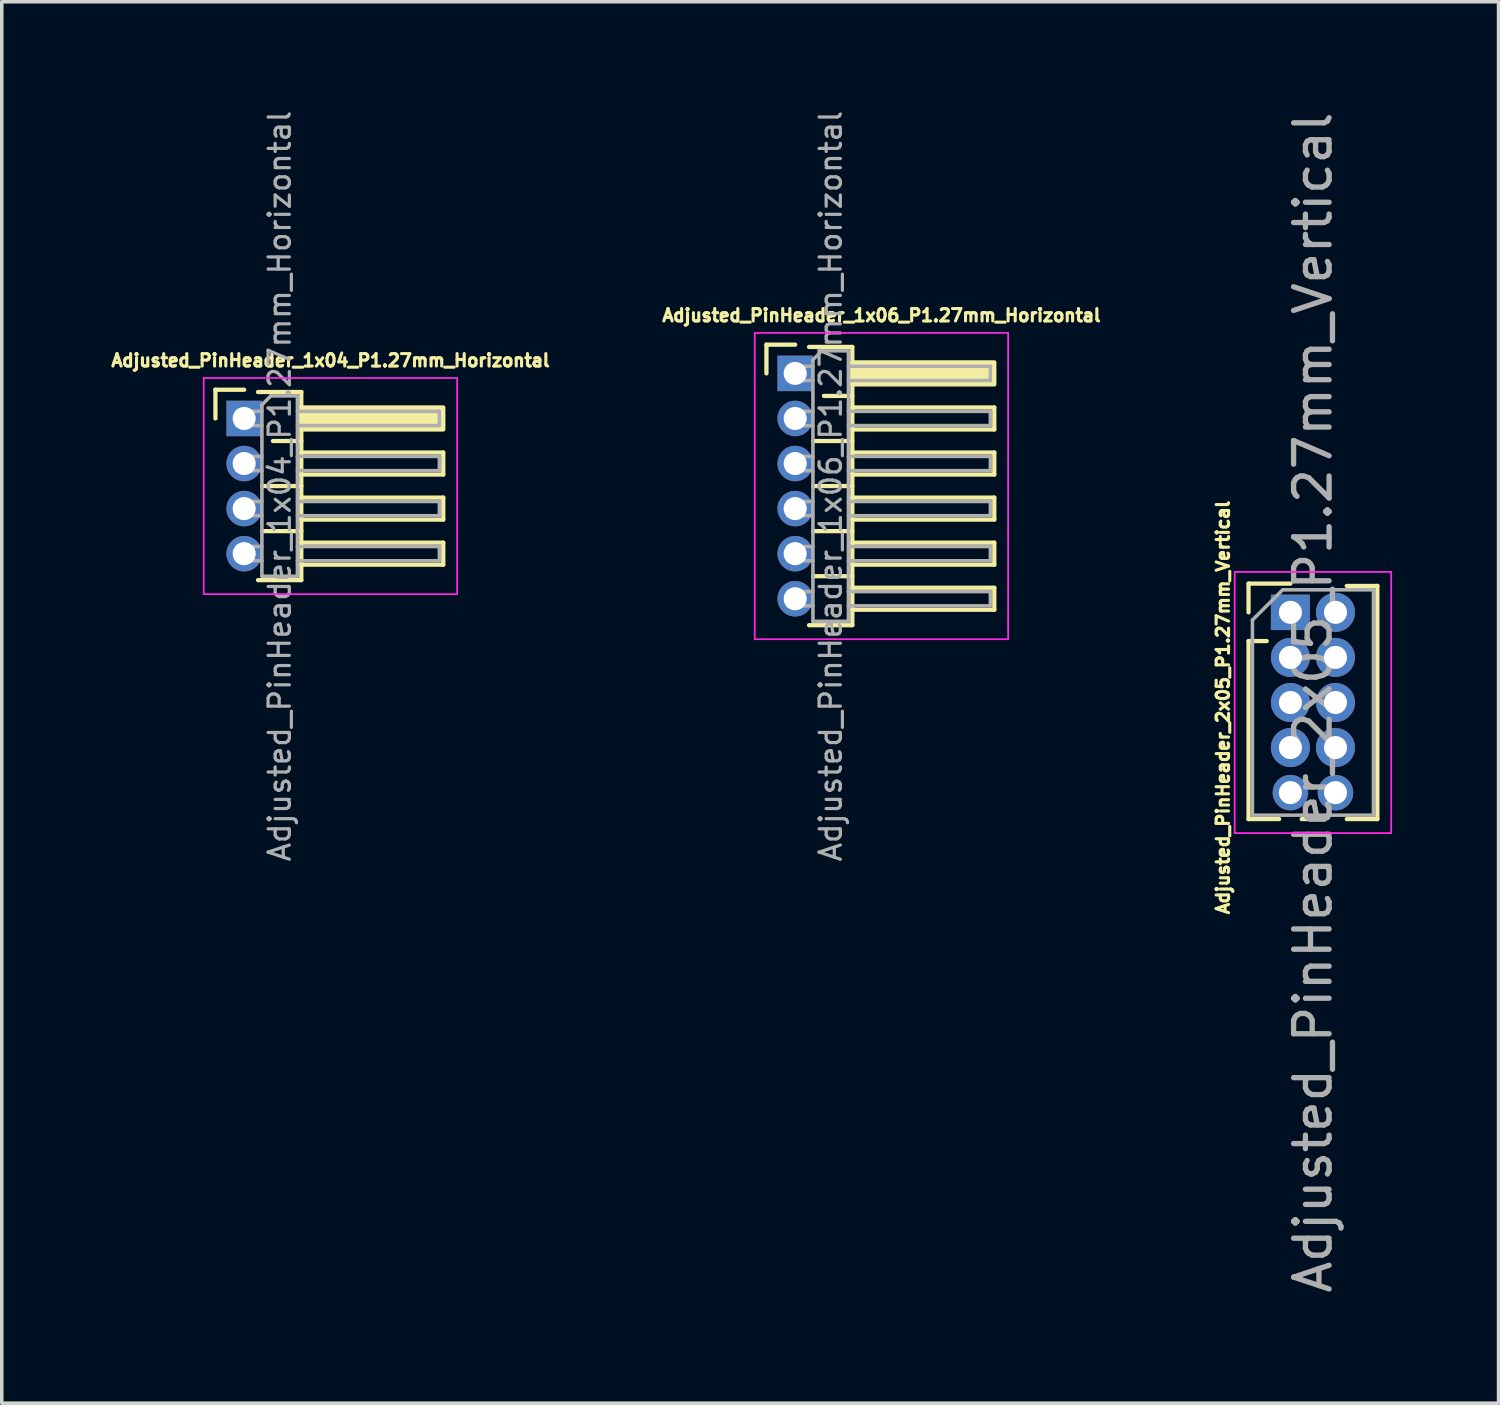
<source format=kicad_pcb>
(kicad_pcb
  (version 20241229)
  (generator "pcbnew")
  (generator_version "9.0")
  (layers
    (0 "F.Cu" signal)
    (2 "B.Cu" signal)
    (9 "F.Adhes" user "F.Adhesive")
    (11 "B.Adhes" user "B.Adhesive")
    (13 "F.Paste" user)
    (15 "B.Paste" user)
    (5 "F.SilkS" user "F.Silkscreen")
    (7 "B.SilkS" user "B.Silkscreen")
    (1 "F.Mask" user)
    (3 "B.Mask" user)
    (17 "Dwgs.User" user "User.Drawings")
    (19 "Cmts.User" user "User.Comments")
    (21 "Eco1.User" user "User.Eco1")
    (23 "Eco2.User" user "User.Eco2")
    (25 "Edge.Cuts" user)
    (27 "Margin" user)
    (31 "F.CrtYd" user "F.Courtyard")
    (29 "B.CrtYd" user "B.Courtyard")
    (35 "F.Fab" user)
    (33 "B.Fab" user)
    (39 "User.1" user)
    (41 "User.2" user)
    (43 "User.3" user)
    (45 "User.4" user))
  (footprint "Adjusted_PinHeader_1x04_P1.27mm_Horizontal"
    (layer "F.Cu")
    (at 3.83 8.741)
    (property "Reference" "Adjusted_PinHeader_1x04_P1.27mm_Horizontal" (at 2.433 -1.635 0) (layer "F.SilkS") (effects (font (size 0.35 0.35) (thickness 1))))
    (attr through_hole)
    (fp_line (start -0.81 -0.81) (end 0 -0.81) (stroke (width 0.12) (type solid)) (layer "F.SilkS"))
    (fp_line (start -0.81 0) (end -0.81 -0.81) (stroke (width 0.12) (type solid)) (layer "F.SilkS"))
    (fp_line (start 0.39 -0.745) (end 1.61 -0.745) (stroke (width 0.12) (type solid)) (layer "F.SilkS"))
    (fp_line (start 0.503 1.905) (end 1.61 1.905) (stroke (width 0.12) (type solid)) (layer "F.SilkS"))
    (fp_line (start 0.503 3.175) (end 1.61 3.175) (stroke (width 0.12) (type solid)) (layer "F.SilkS"))
    (fp_line (start 0.81 0.635) (end 1.61 0.635) (stroke (width 0.12) (type solid)) (layer "F.SilkS"))
    (fp_line (start 1.61 -0.745) (end 1.61 4.555) (stroke (width 0.12) (type solid)) (layer "F.SilkS"))
    (fp_line (start 1.61 0.96) (end 5.61 0.96) (stroke (width 0.12) (type solid)) (layer "F.SilkS"))
    (fp_line (start 1.61 2.23) (end 5.61 2.23) (stroke (width 0.12) (type solid)) (layer "F.SilkS"))
    (fp_line (start 1.61 3.5) (end 5.61 3.5) (stroke (width 0.12) (type solid)) (layer "F.SilkS"))
    (fp_line (start 1.61 4.555) (end 0.39 4.555) (stroke (width 0.12) (type solid)) (layer "F.SilkS"))
    (fp_line (start 5.61 0.96) (end 5.61 1.58) (stroke (width 0.12) (type solid)) (layer "F.SilkS"))
    (fp_line (start 5.61 1.58) (end 1.61 1.58) (stroke (width 0.12) (type solid)) (layer "F.SilkS"))
    (fp_line (start 5.61 2.23) (end 5.61 2.85) (stroke (width 0.12) (type solid)) (layer "F.SilkS"))
    (fp_line (start 5.61 2.85) (end 1.61 2.85) (stroke (width 0.12) (type solid)) (layer "F.SilkS"))
    (fp_line (start 5.61 3.5) (end 5.61 4.12) (stroke (width 0.12) (type solid)) (layer "F.SilkS"))
    (fp_line (start 5.61 4.12) (end 1.61 4.12) (stroke (width 0.12) (type solid)) (layer "F.SilkS"))
    (fp_rect (start 1.61 -0.31) (end 5.61 0.31) (stroke (width 0.12) (type solid)) (fill yes) (layer "F.SilkS"))
    (fp_line (start -1.14 -1.14) (end -1.14 4.95) (stroke (width 0.05) (type solid)) (layer "F.CrtYd"))
    (fp_line (start -1.14 4.95) (end 6 4.95) (stroke (width 0.05) (type solid)) (layer "F.CrtYd"))
    (fp_line (start 6 -1.14) (end -1.14 -1.14) (stroke (width 0.05) (type solid)) (layer "F.CrtYd"))
    (fp_line (start 6 4.95) (end 6 -1.14) (stroke (width 0.05) (type solid)) (layer "F.CrtYd"))
    (fp_line (start -0.2 -0.2) (end -0.2 0.2) (stroke (width 0.1) (type solid)) (layer "F.Fab"))
    (fp_line (start -0.2 -0.2) (end 0.5 -0.2) (stroke (width 0.1) (type solid)) (layer "F.Fab"))
    (fp_line (start -0.2 0.2) (end 0.5 0.2) (stroke (width 0.1) (type solid)) (layer "F.Fab"))
    (fp_line (start -0.2 1.07) (end -0.2 1.47) (stroke (width 0.1) (type solid)) (layer "F.Fab"))
    (fp_line (start -0.2 1.07) (end 0.5 1.07) (stroke (width 0.1) (type solid)) (layer "F.Fab"))
    (fp_line (start -0.2 1.47) (end 0.5 1.47) (stroke (width 0.1) (type solid)) (layer "F.Fab"))
    (fp_line (start -0.2 2.34) (end -0.2 2.74) (stroke (width 0.1) (type solid)) (layer "F.Fab"))
    (fp_line (start -0.2 2.34) (end 0.5 2.34) (stroke (width 0.1) (type solid)) (layer "F.Fab"))
    (fp_line (start -0.2 2.74) (end 0.5 2.74) (stroke (width 0.1) (type solid)) (layer "F.Fab"))
    (fp_line (start -0.2 3.61) (end -0.2 4.01) (stroke (width 0.1) (type solid)) (layer "F.Fab"))
    (fp_line (start -0.2 3.61) (end 0.5 3.61) (stroke (width 0.1) (type solid)) (layer "F.Fab"))
    (fp_line (start -0.2 4.01) (end 0.5 4.01) (stroke (width 0.1) (type solid)) (layer "F.Fab"))
    (fp_line (start 0.5 -0.385) (end 0.75 -0.635) (stroke (width 0.1) (type solid)) (layer "F.Fab"))
    (fp_line (start 0.5 4.445) (end 0.5 -0.385) (stroke (width 0.1) (type solid)) (layer "F.Fab"))
    (fp_line (start 0.75 -0.635) (end 1.5 -0.635) (stroke (width 0.1) (type solid)) (layer "F.Fab"))
    (fp_line (start 1.5 -0.635) (end 1.5 4.445) (stroke (width 0.1) (type solid)) (layer "F.Fab"))
    (fp_line (start 1.5 -0.2) (end 5.5 -0.2) (stroke (width 0.1) (type solid)) (layer "F.Fab"))
    (fp_line (start 1.5 0.2) (end 5.5 0.2) (stroke (width 0.1) (type solid)) (layer "F.Fab"))
    (fp_line (start 1.5 1.07) (end 5.5 1.07) (stroke (width 0.1) (type solid)) (layer "F.Fab"))
    (fp_line (start 1.5 1.47) (end 5.5 1.47) (stroke (width 0.1) (type solid)) (layer "F.Fab"))
    (fp_line (start 1.5 2.34) (end 5.5 2.34) (stroke (width 0.1) (type solid)) (layer "F.Fab"))
    (fp_line (start 1.5 2.74) (end 5.5 2.74) (stroke (width 0.1) (type solid)) (layer "F.Fab"))
    (fp_line (start 1.5 3.61) (end 5.5 3.61) (stroke (width 0.1) (type solid)) (layer "F.Fab"))
    (fp_line (start 1.5 4.01) (end 5.5 4.01) (stroke (width 0.1) (type solid)) (layer "F.Fab"))
    (fp_line (start 1.5 4.445) (end 0.5 4.445) (stroke (width 0.1) (type solid)) (layer "F.Fab"))
    (fp_line (start 5.5 -0.2) (end 5.5 0.2) (stroke (width 0.1) (type solid)) (layer "F.Fab"))
    (fp_line (start 5.5 1.07) (end 5.5 1.47) (stroke (width 0.1) (type solid)) (layer "F.Fab"))
    (fp_line (start 5.5 2.34) (end 5.5 2.74) (stroke (width 0.1) (type solid)) (layer "F.Fab"))
    (fp_line (start 5.5 3.61) (end 5.5 4.01) (stroke (width 0.1) (type solid)) (layer "F.Fab"))
    (fp_text user "${REFERENCE}" (at 1 1.905 90) (layer "F.Fab") (effects (font (size 0.6 0.6) (thickness 0.09))))
    (pad "1" thru_hole rect (at 0 0) (size 1 1) (drill 0.65) (layers "*.Cu" "*.Mask"))
    (pad "2" thru_hole circle (at 0 1.27) (size 1 1) (drill 0.65) (layers "*.Cu" "*.Mask"))
    (pad "3" thru_hole circle (at 0 2.54) (size 1 1) (drill 0.65) (layers "*.Cu" "*.Mask"))
    (pad "4" thru_hole circle (at 0 3.81) (size 1 1) (drill 0.65) (layers "*.Cu" "*.Mask")))
  (footprint "Adjusted_PinHeader_1x06_P1.27mm_Horizontal"
    (layer "F.Cu")
    (at 19.356 7.471)
    (property "Reference" "Adjusted_PinHeader_1x06_P1.27mm_Horizontal" (at 2.433 -1.635 180) (layer "F.SilkS") (effects (font (size 0.35 0.35) (thickness 1))))
    (attr through_hole)
    (fp_line (start -0.81 -0.81) (end 0 -0.81) (stroke (width 0.12) (type solid)) (layer "F.SilkS"))
    (fp_line (start -0.81 0) (end -0.81 -0.81) (stroke (width 0.12) (type solid)) (layer "F.SilkS"))
    (fp_line (start 0.39 -0.745) (end 1.61 -0.745) (stroke (width 0.12) (type solid)) (layer "F.SilkS"))
    (fp_line (start 0.503 1.905) (end 1.61 1.905) (stroke (width 0.12) (type solid)) (layer "F.SilkS"))
    (fp_line (start 0.503 3.175) (end 1.61 3.175) (stroke (width 0.12) (type solid)) (layer "F.SilkS"))
    (fp_line (start 0.503 4.445) (end 1.61 4.445) (stroke (width 0.12) (type solid)) (layer "F.SilkS"))
    (fp_line (start 0.503 5.715) (end 1.61 5.715) (stroke (width 0.12) (type solid)) (layer "F.SilkS"))
    (fp_line (start 0.81 0.635) (end 1.61 0.635) (stroke (width 0.12) (type solid)) (layer "F.SilkS"))
    (fp_line (start 1.61 -0.745) (end 1.61 7.095) (stroke (width 0.12) (type solid)) (layer "F.SilkS"))
    (fp_line (start 1.61 0.96) (end 5.61 0.96) (stroke (width 0.12) (type solid)) (layer "F.SilkS"))
    (fp_line (start 1.61 2.23) (end 5.61 2.23) (stroke (width 0.12) (type solid)) (layer "F.SilkS"))
    (fp_line (start 1.61 3.5) (end 5.61 3.5) (stroke (width 0.12) (type solid)) (layer "F.SilkS"))
    (fp_line (start 1.61 4.77) (end 5.61 4.77) (stroke (width 0.12) (type solid)) (layer "F.SilkS"))
    (fp_line (start 1.61 6.04) (end 5.61 6.04) (stroke (width 0.12) (type solid)) (layer "F.SilkS"))
    (fp_line (start 1.61 7.095) (end 0.39 7.095) (stroke (width 0.12) (type solid)) (layer "F.SilkS"))
    (fp_line (start 5.61 0.96) (end 5.61 1.58) (stroke (width 0.12) (type solid)) (layer "F.SilkS"))
    (fp_line (start 5.61 1.58) (end 1.61 1.58) (stroke (width 0.12) (type solid)) (layer "F.SilkS"))
    (fp_line (start 5.61 2.23) (end 5.61 2.85) (stroke (width 0.12) (type solid)) (layer "F.SilkS"))
    (fp_line (start 5.61 2.85) (end 1.61 2.85) (stroke (width 0.12) (type solid)) (layer "F.SilkS"))
    (fp_line (start 5.61 3.5) (end 5.61 4.12) (stroke (width 0.12) (type solid)) (layer "F.SilkS"))
    (fp_line (start 5.61 4.12) (end 1.61 4.12) (stroke (width 0.12) (type solid)) (layer "F.SilkS"))
    (fp_line (start 5.61 4.77) (end 5.61 5.39) (stroke (width 0.12) (type solid)) (layer "F.SilkS"))
    (fp_line (start 5.61 5.39) (end 1.61 5.39) (stroke (width 0.12) (type solid)) (layer "F.SilkS"))
    (fp_line (start 5.61 6.04) (end 5.61 6.66) (stroke (width 0.12) (type solid)) (layer "F.SilkS"))
    (fp_line (start 5.61 6.66) (end 1.61 6.66) (stroke (width 0.12) (type solid)) (layer "F.SilkS"))
    (fp_rect (start 1.61 -0.31) (end 5.61 0.31) (stroke (width 0.12) (type solid)) (fill yes) (layer "F.SilkS"))
    (fp_line (start -1.14 -1.14) (end -1.14 7.49) (stroke (width 0.05) (type solid)) (layer "F.CrtYd"))
    (fp_line (start -1.14 7.49) (end 6 7.49) (stroke (width 0.05) (type solid)) (layer "F.CrtYd"))
    (fp_line (start 6 -1.14) (end -1.14 -1.14) (stroke (width 0.05) (type solid)) (layer "F.CrtYd"))
    (fp_line (start 6 7.49) (end 6 -1.14) (stroke (width 0.05) (type solid)) (layer "F.CrtYd"))
    (fp_line (start -0.2 -0.2) (end -0.2 0.2) (stroke (width 0.1) (type solid)) (layer "F.Fab"))
    (fp_line (start -0.2 -0.2) (end 0.5 -0.2) (stroke (width 0.1) (type solid)) (layer "F.Fab"))
    (fp_line (start -0.2 0.2) (end 0.5 0.2) (stroke (width 0.1) (type solid)) (layer "F.Fab"))
    (fp_line (start -0.2 1.07) (end -0.2 1.47) (stroke (width 0.1) (type solid)) (layer "F.Fab"))
    (fp_line (start -0.2 1.07) (end 0.5 1.07) (stroke (width 0.1) (type solid)) (layer "F.Fab"))
    (fp_line (start -0.2 1.47) (end 0.5 1.47) (stroke (width 0.1) (type solid)) (layer "F.Fab"))
    (fp_line (start -0.2 2.34) (end -0.2 2.74) (stroke (width 0.1) (type solid)) (layer "F.Fab"))
    (fp_line (start -0.2 2.34) (end 0.5 2.34) (stroke (width 0.1) (type solid)) (layer "F.Fab"))
    (fp_line (start -0.2 2.74) (end 0.5 2.74) (stroke (width 0.1) (type solid)) (layer "F.Fab"))
    (fp_line (start -0.2 3.61) (end -0.2 4.01) (stroke (width 0.1) (type solid)) (layer "F.Fab"))
    (fp_line (start -0.2 3.61) (end 0.5 3.61) (stroke (width 0.1) (type solid)) (layer "F.Fab"))
    (fp_line (start -0.2 4.01) (end 0.5 4.01) (stroke (width 0.1) (type solid)) (layer "F.Fab"))
    (fp_line (start -0.2 4.88) (end -0.2 5.28) (stroke (width 0.1) (type solid)) (layer "F.Fab"))
    (fp_line (start -0.2 4.88) (end 0.5 4.88) (stroke (width 0.1) (type solid)) (layer "F.Fab"))
    (fp_line (start -0.2 5.28) (end 0.5 5.28) (stroke (width 0.1) (type solid)) (layer "F.Fab"))
    (fp_line (start -0.2 6.15) (end -0.2 6.55) (stroke (width 0.1) (type solid)) (layer "F.Fab"))
    (fp_line (start -0.2 6.15) (end 0.5 6.15) (stroke (width 0.1) (type solid)) (layer "F.Fab"))
    (fp_line (start -0.2 6.55) (end 0.5 6.55) (stroke (width 0.1) (type solid)) (layer "F.Fab"))
    (fp_line (start 0.5 -0.385) (end 0.75 -0.635) (stroke (width 0.1) (type solid)) (layer "F.Fab"))
    (fp_line (start 0.5 6.985) (end 0.5 -0.385) (stroke (width 0.1) (type solid)) (layer "F.Fab"))
    (fp_line (start 0.75 -0.635) (end 1.5 -0.635) (stroke (width 0.1) (type solid)) (layer "F.Fab"))
    (fp_line (start 1.5 -0.635) (end 1.5 6.985) (stroke (width 0.1) (type solid)) (layer "F.Fab"))
    (fp_line (start 1.5 -0.2) (end 5.5 -0.2) (stroke (width 0.1) (type solid)) (layer "F.Fab"))
    (fp_line (start 1.5 0.2) (end 5.5 0.2) (stroke (width 0.1) (type solid)) (layer "F.Fab"))
    (fp_line (start 1.5 1.07) (end 5.5 1.07) (stroke (width 0.1) (type solid)) (layer "F.Fab"))
    (fp_line (start 1.5 1.47) (end 5.5 1.47) (stroke (width 0.1) (type solid)) (layer "F.Fab"))
    (fp_line (start 1.5 2.34) (end 5.5 2.34) (stroke (width 0.1) (type solid)) (layer "F.Fab"))
    (fp_line (start 1.5 2.74) (end 5.5 2.74) (stroke (width 0.1) (type solid)) (layer "F.Fab"))
    (fp_line (start 1.5 3.61) (end 5.5 3.61) (stroke (width 0.1) (type solid)) (layer "F.Fab"))
    (fp_line (start 1.5 4.01) (end 5.5 4.01) (stroke (width 0.1) (type solid)) (layer "F.Fab"))
    (fp_line (start 1.5 4.88) (end 5.5 4.88) (stroke (width 0.1) (type solid)) (layer "F.Fab"))
    (fp_line (start 1.5 5.28) (end 5.5 5.28) (stroke (width 0.1) (type solid)) (layer "F.Fab"))
    (fp_line (start 1.5 6.15) (end 5.5 6.15) (stroke (width 0.1) (type solid)) (layer "F.Fab"))
    (fp_line (start 1.5 6.55) (end 5.5 6.55) (stroke (width 0.1) (type solid)) (layer "F.Fab"))
    (fp_line (start 1.5 6.985) (end 0.5 6.985) (stroke (width 0.1) (type solid)) (layer "F.Fab"))
    (fp_line (start 5.5 -0.2) (end 5.5 0.2) (stroke (width 0.1) (type solid)) (layer "F.Fab"))
    (fp_line (start 5.5 1.07) (end 5.5 1.47) (stroke (width 0.1) (type solid)) (layer "F.Fab"))
    (fp_line (start 5.5 2.34) (end 5.5 2.74) (stroke (width 0.1) (type solid)) (layer "F.Fab"))
    (fp_line (start 5.5 3.61) (end 5.5 4.01) (stroke (width 0.1) (type solid)) (layer "F.Fab"))
    (fp_line (start 5.5 4.88) (end 5.5 5.28) (stroke (width 0.1) (type solid)) (layer "F.Fab"))
    (fp_line (start 5.5 6.15) (end 5.5 6.55) (stroke (width 0.1) (type solid)) (layer "F.Fab"))
    (fp_text user "${REFERENCE}" (at 1 3.175 90) (layer "F.Fab") (effects (font (size 0.6 0.6) (thickness 0.09))))
    (pad "1" thru_hole rect (at 0 0) (size 1 1) (drill 0.65) (layers "*.Cu" "*.Mask"))
    (pad "2" thru_hole circle (at 0 1.27) (size 1 1) (drill 0.65) (layers "*.Cu" "*.Mask"))
    (pad "3" thru_hole circle (at 0 2.54) (size 1 1) (drill 0.65) (layers "*.Cu" "*.Mask"))
    (pad "4" thru_hole circle (at 0 3.81) (size 1 1) (drill 0.65) (layers "*.Cu" "*.Mask"))
    (pad "5" thru_hole circle (at 0 5.08) (size 1 1) (drill 0.65) (layers "*.Cu" "*.Mask"))
    (pad "6" thru_hole circle (at 0 6.35) (size 1 1) (drill 0.65) (layers "*.Cu" "*.Mask")))
  (footprint "Adjusted_PinHeader_2x05_P1.27mm_Vertical"
    (layer "F.Cu")
    (at 33.31 14.204)
    (property "Reference" "Adjusted_PinHeader_2x05_P1.27mm_Vertical" (at -1.9 2.68 90) (layer "F.SilkS") (effects (font (size 0.35 0.35) (thickness 1))))
    (attr through_hole)
    (fp_line (start -1.18 -0.81) (end 0 -0.81) (stroke (width 0.12) (type solid)) (layer "F.SilkS"))
    (fp_line (start -1.18 0) (end -1.18 -0.81) (stroke (width 0.12) (type solid)) (layer "F.SilkS"))
    (fp_line (start -1.18 0.81) (end -1.18 5.825) (stroke (width 0.12) (type solid)) (layer "F.SilkS"))
    (fp_line (start -1.18 0.81) (end -0.667 0.81) (stroke (width 0.12) (type solid)) (layer "F.SilkS"))
    (fp_line (start -1.18 5.825) (end -0.318 5.825) (stroke (width 0.12) (type solid)) (layer "F.SilkS"))
    (fp_line (start 0.318 5.825) (end 0.952 5.825) (stroke (width 0.12) (type solid)) (layer "F.SilkS"))
    (fp_line (start 1.588 -0.745) (end 2.45 -0.745) (stroke (width 0.12) (type solid)) (layer "F.SilkS"))
    (fp_line (start 1.588 5.825) (end 2.45 5.825) (stroke (width 0.12) (type solid)) (layer "F.SilkS"))
    (fp_line (start 2.45 -0.745) (end 2.45 5.825) (stroke (width 0.12) (type solid)) (layer "F.SilkS"))
    (fp_line (start -1.57 -1.14) (end -1.57 6.22) (stroke (width 0.05) (type solid)) (layer "F.CrtYd"))
    (fp_line (start -1.57 6.22) (end 2.84 6.22) (stroke (width 0.05) (type solid)) (layer "F.CrtYd"))
    (fp_line (start 2.84 -1.14) (end -1.57 -1.14) (stroke (width 0.05) (type solid)) (layer "F.CrtYd"))
    (fp_line (start 2.84 6.22) (end 2.84 -1.14) (stroke (width 0.05) (type solid)) (layer "F.CrtYd"))
    (fp_line (start -1.07 0.217) (end -0.217 -0.635) (stroke (width 0.1) (type solid)) (layer "F.Fab"))
    (fp_line (start -1.07 5.715) (end -1.07 0.217) (stroke (width 0.1) (type solid)) (layer "F.Fab"))
    (fp_line (start -0.217 -0.635) (end 2.34 -0.635) (stroke (width 0.1) (type solid)) (layer "F.Fab"))
    (fp_line (start 2.34 -0.635) (end 2.34 5.715) (stroke (width 0.1) (type solid)) (layer "F.Fab"))
    (fp_line (start 2.34 5.715) (end -1.07 5.715) (stroke (width 0.1) (type solid)) (layer "F.Fab"))
    (fp_text user "${REFERENCE}" (at 0.635 2.54 270) (layer "F.Fab") (effects (font (size 1 1) (thickness 0.15))))
    (pad "1" thru_hole rect (at 0 0) (size 1.1 1) (drill 0.65) (layers "*.Cu" "*.Mask"))
    (pad "2" thru_hole circle (at 1.27 0) (size 1.1 1.1) (drill 0.65) (layers "*.Cu" "*.Mask"))
    (pad "3" thru_hole circle (at 0 1.27) (size 1.1 1.1) (drill 0.65) (layers "*.Cu" "*.Mask"))
    (pad "4" thru_hole circle (at 1.27 1.27) (size 1.1 1.1) (drill 0.65) (layers "*.Cu" "*.Mask"))
    (pad "5" thru_hole circle (at 0 2.54) (size 1.1 1.1) (drill 0.65) (layers "*.Cu" "*.Mask"))
    (pad "6" thru_hole circle (at 1.27 2.54) (size 1.1 1.1) (drill 0.65) (layers "*.Cu" "*.Mask"))
    (pad "7" thru_hole circle (at 0 3.81) (size 1.1 1.1) (drill 0.65) (layers "*.Cu" "*.Mask"))
    (pad "8" thru_hole circle (at 1.27 3.81) (size 1.1 1.1) (drill 0.65) (layers "*.Cu" "*.Mask"))
    (pad "9" thru_hole circle (at 0 5.08) (size 1 1) (drill 0.65) (layers "*.Cu" "*.Mask"))
    (pad "10" thru_hole circle (at 1.27 5.08) (size 1 1) (drill 0.65) (layers "*.Cu" "*.Mask")))
  (gr_rect
    (start -3 -3)
    (end 39.175 36.488)
    (stroke (width 0.1) (type default))
    (fill no)
    (layer "Edge.Cuts")))
</source>
